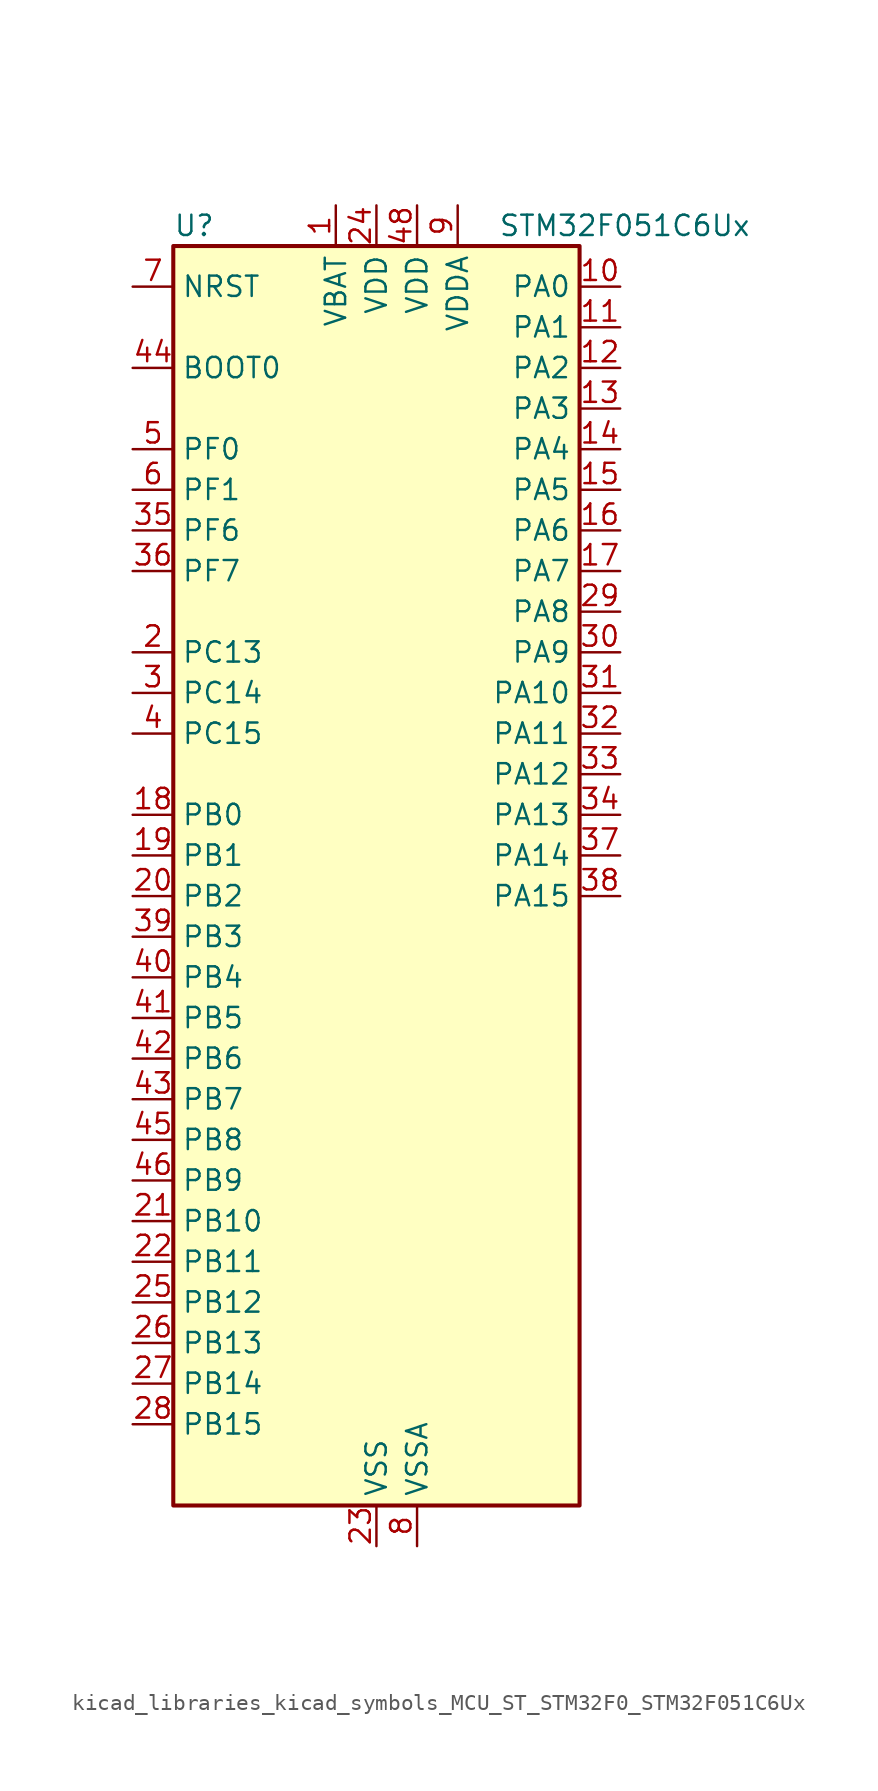
<source format=kicad_sym>
(kicad_symbol_lib
  (version 20220914)
  (generator kicad_symbol_editor)
  (symbol "kicad_libraries_kicad_symbols_MCU_ST_STM32F0_STM32F051C6Ux"
    (property "Reference" "U"
      (at -12.7 41.91 0)
      (effects (font (size 1.27 1.27)) (justify left)))
    (property "Value" "STM32F051C6Ux"
      (at 7.62 41.91 0)
      (effects (font (size 1.27 1.27)) (justify left)))
    (property "ki_locked" ""
      (at 0 0 0)
      (effects (font (size 1.27 1.27))))
    (symbol "kicad_libraries_kicad_symbols_MCU_ST_STM32F0_STM32F051C6Ux_0_1"
      (rectangle (start -12.7 -38.1) (end 12.7 40.64) (stroke (width 0.254) (type default)) (fill (type background))))
    (symbol "kicad_libraries_kicad_symbols_MCU_ST_STM32F0_STM32F051C6Ux_1_1"
      (pin power_in line (at -2.54 43.18 270) (length 2.54) (name "VBAT" (effects (font (size 1.27 1.27)))) (number "1" (effects (font (size 1.27 1.27)))))
      (pin bidirectional line (at 15.24 38.1 180) (length 2.54) (name "PA0" (effects (font (size 1.27 1.27)))) (number "10" (effects (font (size 1.27 1.27)))) (alternate "ADC_IN0" bidirectional line) (alternate "COMP1_INM" bidirectional line) (alternate "COMP1_OUT" bidirectional line) (alternate "RTC_TAMP2" bidirectional line) (alternate "SYS_WKUP1" bidirectional line) (alternate "TIM2_CH1" bidirectional line) (alternate "TIM2_ETR" bidirectional line) (alternate "TSC_G1_IO1" bidirectional line) (alternate "USART2_CTS" bidirectional line))
      (pin bidirectional line (at 15.24 35.56 180) (length 2.54) (name "PA1" (effects (font (size 1.27 1.27)))) (number "11" (effects (font (size 1.27 1.27)))) (alternate "ADC_IN1" bidirectional line) (alternate "COMP1_INP" bidirectional line) (alternate "TIM2_CH2" bidirectional line) (alternate "TSC_G1_IO2" bidirectional line) (alternate "USART2_DE" bidirectional line) (alternate "USART2_RTS" bidirectional line))
      (pin bidirectional line (at 15.24 33.02 180) (length 2.54) (name "PA2" (effects (font (size 1.27 1.27)))) (number "12" (effects (font (size 1.27 1.27)))) (alternate "ADC_IN2" bidirectional line) (alternate "COMP2_INM" bidirectional line) (alternate "COMP2_OUT" bidirectional line) (alternate "TIM15_CH1" bidirectional line) (alternate "TIM2_CH3" bidirectional line) (alternate "TSC_G1_IO3" bidirectional line) (alternate "USART2_TX" bidirectional line))
      (pin bidirectional line (at 15.24 30.48 180) (length 2.54) (name "PA3" (effects (font (size 1.27 1.27)))) (number "13" (effects (font (size 1.27 1.27)))) (alternate "ADC_IN3" bidirectional line) (alternate "COMP2_INP" bidirectional line) (alternate "TIM15_CH2" bidirectional line) (alternate "TIM2_CH4" bidirectional line) (alternate "TSC_G1_IO4" bidirectional line) (alternate "USART2_RX" bidirectional line))
      (pin bidirectional line (at 15.24 27.94 180) (length 2.54) (name "PA4" (effects (font (size 1.27 1.27)))) (number "14" (effects (font (size 1.27 1.27)))) (alternate "ADC_IN4" bidirectional line) (alternate "COMP1_INM" bidirectional line) (alternate "COMP2_INM" bidirectional line) (alternate "DAC1_OUT1" bidirectional line) (alternate "I2S1_WS" bidirectional line) (alternate "SPI1_NSS" bidirectional line) (alternate "TIM14_CH1" bidirectional line) (alternate "TSC_G2_IO1" bidirectional line) (alternate "USART2_CK" bidirectional line))
      (pin bidirectional line (at 15.24 25.4 180) (length 2.54) (name "PA5" (effects (font (size 1.27 1.27)))) (number "15" (effects (font (size 1.27 1.27)))) (alternate "ADC_IN5" bidirectional line) (alternate "CEC" bidirectional line) (alternate "COMP1_INM" bidirectional line) (alternate "COMP2_INM" bidirectional line) (alternate "I2S1_CK" bidirectional line) (alternate "SPI1_SCK" bidirectional line) (alternate "TIM2_CH1" bidirectional line) (alternate "TIM2_ETR" bidirectional line) (alternate "TSC_G2_IO2" bidirectional line))
      (pin bidirectional line (at 15.24 22.86 180) (length 2.54) (name "PA6" (effects (font (size 1.27 1.27)))) (number "16" (effects (font (size 1.27 1.27)))) (alternate "ADC_IN6" bidirectional line) (alternate "COMP1_OUT" bidirectional line) (alternate "I2S1_MCK" bidirectional line) (alternate "SPI1_MISO" bidirectional line) (alternate "TIM16_CH1" bidirectional line) (alternate "TIM1_BKIN" bidirectional line) (alternate "TIM3_CH1" bidirectional line) (alternate "TSC_G2_IO3" bidirectional line))
      (pin bidirectional line (at 15.24 20.32 180) (length 2.54) (name "PA7" (effects (font (size 1.27 1.27)))) (number "17" (effects (font (size 1.27 1.27)))) (alternate "ADC_IN7" bidirectional line) (alternate "COMP2_OUT" bidirectional line) (alternate "I2S1_SD" bidirectional line) (alternate "SPI1_MOSI" bidirectional line) (alternate "TIM14_CH1" bidirectional line) (alternate "TIM17_CH1" bidirectional line) (alternate "TIM1_CH1N" bidirectional line) (alternate "TIM3_CH2" bidirectional line) (alternate "TSC_G2_IO4" bidirectional line))
      (pin bidirectional line (at -15.24 5.08 0) (length 2.54) (name "PB0" (effects (font (size 1.27 1.27)))) (number "18" (effects (font (size 1.27 1.27)))) (alternate "ADC_IN8" bidirectional line) (alternate "TIM1_CH2N" bidirectional line) (alternate "TIM3_CH3" bidirectional line) (alternate "TSC_G3_IO2" bidirectional line))
      (pin bidirectional line (at -15.24 2.54 0) (length 2.54) (name "PB1" (effects (font (size 1.27 1.27)))) (number "19" (effects (font (size 1.27 1.27)))) (alternate "ADC_IN9" bidirectional line) (alternate "TIM14_CH1" bidirectional line) (alternate "TIM1_CH3N" bidirectional line) (alternate "TIM3_CH4" bidirectional line) (alternate "TSC_G3_IO3" bidirectional line))
      (pin bidirectional line (at -15.24 15.24 0) (length 2.54) (name "PC13" (effects (font (size 1.27 1.27)))) (number "2" (effects (font (size 1.27 1.27)))) (alternate "RTC_OUT_ALARM" bidirectional line) (alternate "RTC_OUT_CALIB" bidirectional line) (alternate "RTC_TAMP1" bidirectional line) (alternate "RTC_TS" bidirectional line) (alternate "SYS_WKUP2" bidirectional line))
      (pin bidirectional line (at -15.24 0 0) (length 2.54) (name "PB2" (effects (font (size 1.27 1.27)))) (number "20" (effects (font (size 1.27 1.27)))) (alternate "TSC_G3_IO4" bidirectional line))
      (pin bidirectional line (at -15.24 -20.32 0) (length 2.54) (name "PB10" (effects (font (size 1.27 1.27)))) (number "21" (effects (font (size 1.27 1.27)))) (alternate "CEC" bidirectional line) (alternate "TIM2_CH3" bidirectional line) (alternate "TSC_SYNC" bidirectional line))
      (pin bidirectional line (at -15.24 -22.86 0) (length 2.54) (name "PB11" (effects (font (size 1.27 1.27)))) (number "22" (effects (font (size 1.27 1.27)))) (alternate "TIM2_CH4" bidirectional line) (alternate "TSC_G6_IO1" bidirectional line))
      (pin power_in line (at 0 -40.64 90) (length 2.54) (name "VSS" (effects (font (size 1.27 1.27)))) (number "23" (effects (font (size 1.27 1.27)))))
      (pin power_in line (at 0 43.18 270) (length 2.54) (name "VDD" (effects (font (size 1.27 1.27)))) (number "24" (effects (font (size 1.27 1.27)))))
      (pin bidirectional line (at -15.24 -25.4 0) (length 2.54) (name "PB12" (effects (font (size 1.27 1.27)))) (number "25" (effects (font (size 1.27 1.27)))) (alternate "TIM1_BKIN" bidirectional line) (alternate "TSC_G6_IO2" bidirectional line))
      (pin bidirectional line (at -15.24 -27.94 0) (length 2.54) (name "PB13" (effects (font (size 1.27 1.27)))) (number "26" (effects (font (size 1.27 1.27)))) (alternate "TIM1_CH1N" bidirectional line) (alternate "TSC_G6_IO3" bidirectional line))
      (pin bidirectional line (at -15.24 -30.48 0) (length 2.54) (name "PB14" (effects (font (size 1.27 1.27)))) (number "27" (effects (font (size 1.27 1.27)))) (alternate "TIM15_CH1" bidirectional line) (alternate "TIM1_CH2N" bidirectional line) (alternate "TSC_G6_IO4" bidirectional line))
      (pin bidirectional line (at -15.24 -33.02 0) (length 2.54) (name "PB15" (effects (font (size 1.27 1.27)))) (number "28" (effects (font (size 1.27 1.27)))) (alternate "RTC_REFIN" bidirectional line) (alternate "TIM15_CH1N" bidirectional line) (alternate "TIM15_CH2" bidirectional line) (alternate "TIM1_CH3N" bidirectional line))
      (pin bidirectional line (at 15.24 17.78 180) (length 2.54) (name "PA8" (effects (font (size 1.27 1.27)))) (number "29" (effects (font (size 1.27 1.27)))) (alternate "RCC_MCO" bidirectional line) (alternate "TIM1_CH1" bidirectional line) (alternate "USART1_CK" bidirectional line))
      (pin bidirectional line (at -15.24 12.7 0) (length 2.54) (name "PC14" (effects (font (size 1.27 1.27)))) (number "3" (effects (font (size 1.27 1.27)))) (alternate "RCC_OSC32_IN" bidirectional line))
      (pin bidirectional line (at 15.24 15.24 180) (length 2.54) (name "PA9" (effects (font (size 1.27 1.27)))) (number "30" (effects (font (size 1.27 1.27)))) (alternate "DAC1_EXTI9" bidirectional line) (alternate "TIM15_BKIN" bidirectional line) (alternate "TIM1_CH2" bidirectional line) (alternate "TSC_G4_IO1" bidirectional line) (alternate "USART1_TX" bidirectional line))
      (pin bidirectional line (at 15.24 12.7 180) (length 2.54) (name "PA10" (effects (font (size 1.27 1.27)))) (number "31" (effects (font (size 1.27 1.27)))) (alternate "TIM17_BKIN" bidirectional line) (alternate "TIM1_CH3" bidirectional line) (alternate "TSC_G4_IO2" bidirectional line) (alternate "USART1_RX" bidirectional line))
      (pin bidirectional line (at 15.24 10.16 180) (length 2.54) (name "PA11" (effects (font (size 1.27 1.27)))) (number "32" (effects (font (size 1.27 1.27)))) (alternate "COMP1_OUT" bidirectional line) (alternate "TIM1_CH4" bidirectional line) (alternate "TSC_G4_IO3" bidirectional line) (alternate "USART1_CTS" bidirectional line))
      (pin bidirectional line (at 15.24 7.62 180) (length 2.54) (name "PA12" (effects (font (size 1.27 1.27)))) (number "33" (effects (font (size 1.27 1.27)))) (alternate "COMP2_OUT" bidirectional line) (alternate "TIM1_ETR" bidirectional line) (alternate "TSC_G4_IO4" bidirectional line) (alternate "USART1_DE" bidirectional line) (alternate "USART1_RTS" bidirectional line))
      (pin bidirectional line (at 15.24 5.08 180) (length 2.54) (name "PA13" (effects (font (size 1.27 1.27)))) (number "34" (effects (font (size 1.27 1.27)))) (alternate "IR_OUT" bidirectional line) (alternate "SYS_SWDIO" bidirectional line))
      (pin bidirectional line (at -15.24 22.86 0) (length 2.54) (name "PF6" (effects (font (size 1.27 1.27)))) (number "35" (effects (font (size 1.27 1.27)))))
      (pin bidirectional line (at -15.24 20.32 0) (length 2.54) (name "PF7" (effects (font (size 1.27 1.27)))) (number "36" (effects (font (size 1.27 1.27)))))
      (pin bidirectional line (at 15.24 2.54 180) (length 2.54) (name "PA14" (effects (font (size 1.27 1.27)))) (number "37" (effects (font (size 1.27 1.27)))) (alternate "SYS_SWCLK" bidirectional line) (alternate "USART2_TX" bidirectional line))
      (pin bidirectional line (at 15.24 0 180) (length 2.54) (name "PA15" (effects (font (size 1.27 1.27)))) (number "38" (effects (font (size 1.27 1.27)))) (alternate "I2S1_WS" bidirectional line) (alternate "SPI1_NSS" bidirectional line) (alternate "TIM2_CH1" bidirectional line) (alternate "TIM2_ETR" bidirectional line) (alternate "USART2_RX" bidirectional line))
      (pin bidirectional line (at -15.24 -2.54 0) (length 2.54) (name "PB3" (effects (font (size 1.27 1.27)))) (number "39" (effects (font (size 1.27 1.27)))) (alternate "I2S1_CK" bidirectional line) (alternate "SPI1_SCK" bidirectional line) (alternate "TIM2_CH2" bidirectional line) (alternate "TSC_G5_IO1" bidirectional line))
      (pin bidirectional line (at -15.24 10.16 0) (length 2.54) (name "PC15" (effects (font (size 1.27 1.27)))) (number "4" (effects (font (size 1.27 1.27)))) (alternate "RCC_OSC32_OUT" bidirectional line))
      (pin bidirectional line (at -15.24 -5.08 0) (length 2.54) (name "PB4" (effects (font (size 1.27 1.27)))) (number "40" (effects (font (size 1.27 1.27)))) (alternate "I2S1_MCK" bidirectional line) (alternate "SPI1_MISO" bidirectional line) (alternate "TIM3_CH1" bidirectional line) (alternate "TSC_G5_IO2" bidirectional line))
      (pin bidirectional line (at -15.24 -7.62 0) (length 2.54) (name "PB5" (effects (font (size 1.27 1.27)))) (number "41" (effects (font (size 1.27 1.27)))) (alternate "I2C1_SMBA" bidirectional line) (alternate "I2S1_SD" bidirectional line) (alternate "SPI1_MOSI" bidirectional line) (alternate "TIM16_BKIN" bidirectional line) (alternate "TIM3_CH2" bidirectional line))
      (pin bidirectional line (at -15.24 -10.16 0) (length 2.54) (name "PB6" (effects (font (size 1.27 1.27)))) (number "42" (effects (font (size 1.27 1.27)))) (alternate "I2C1_SCL" bidirectional line) (alternate "TIM16_CH1N" bidirectional line) (alternate "TSC_G5_IO3" bidirectional line) (alternate "USART1_TX" bidirectional line))
      (pin bidirectional line (at -15.24 -12.7 0) (length 2.54) (name "PB7" (effects (font (size 1.27 1.27)))) (number "43" (effects (font (size 1.27 1.27)))) (alternate "I2C1_SDA" bidirectional line) (alternate "TIM17_CH1N" bidirectional line) (alternate "TSC_G5_IO4" bidirectional line) (alternate "USART1_RX" bidirectional line))
      (pin input line (at -15.24 33.02 0) (length 2.54) (name "BOOT0" (effects (font (size 1.27 1.27)))) (number "44" (effects (font (size 1.27 1.27)))))
      (pin bidirectional line (at -15.24 -15.24 0) (length 2.54) (name "PB8" (effects (font (size 1.27 1.27)))) (number "45" (effects (font (size 1.27 1.27)))) (alternate "CEC" bidirectional line) (alternate "I2C1_SCL" bidirectional line) (alternate "TIM16_CH1" bidirectional line) (alternate "TSC_SYNC" bidirectional line))
      (pin bidirectional line (at -15.24 -17.78 0) (length 2.54) (name "PB9" (effects (font (size 1.27 1.27)))) (number "46" (effects (font (size 1.27 1.27)))) (alternate "DAC1_EXTI9" bidirectional line) (alternate "I2C1_SDA" bidirectional line) (alternate "IR_OUT" bidirectional line) (alternate "TIM17_CH1" bidirectional line))
      (pin passive line (at 0 -40.64 90) (length 2.54) hide (name "VSS" (effects (font (size 1.27 1.27)))) (number "47" (effects (font (size 1.27 1.27)))))
      (pin power_in line (at 2.54 43.18 270) (length 2.54) (name "VDD" (effects (font (size 1.27 1.27)))) (number "48" (effects (font (size 1.27 1.27)))))
      (pin passive line (at 0 -40.64 90) (length 2.54) hide (name "VSS" (effects (font (size 1.27 1.27)))) (number "49" (effects (font (size 1.27 1.27)))))
      (pin bidirectional line (at -15.24 27.94 0) (length 2.54) (name "PF0" (effects (font (size 1.27 1.27)))) (number "5" (effects (font (size 1.27 1.27)))) (alternate "RCC_OSC_IN" bidirectional line))
      (pin bidirectional line (at -15.24 25.4 0) (length 2.54) (name "PF1" (effects (font (size 1.27 1.27)))) (number "6" (effects (font (size 1.27 1.27)))) (alternate "RCC_OSC_OUT" bidirectional line))
      (pin input line (at -15.24 38.1 0) (length 2.54) (name "NRST" (effects (font (size 1.27 1.27)))) (number "7" (effects (font (size 1.27 1.27)))))
      (pin power_in line (at 2.54 -40.64 90) (length 2.54) (name "VSSA" (effects (font (size 1.27 1.27)))) (number "8" (effects (font (size 1.27 1.27)))))
      (pin power_in line (at 5.08 43.18 270) (length 2.54) (name "VDDA" (effects (font (size 1.27 1.27)))) (number "9" (effects (font (size 1.27 1.27))))))))
</source>
